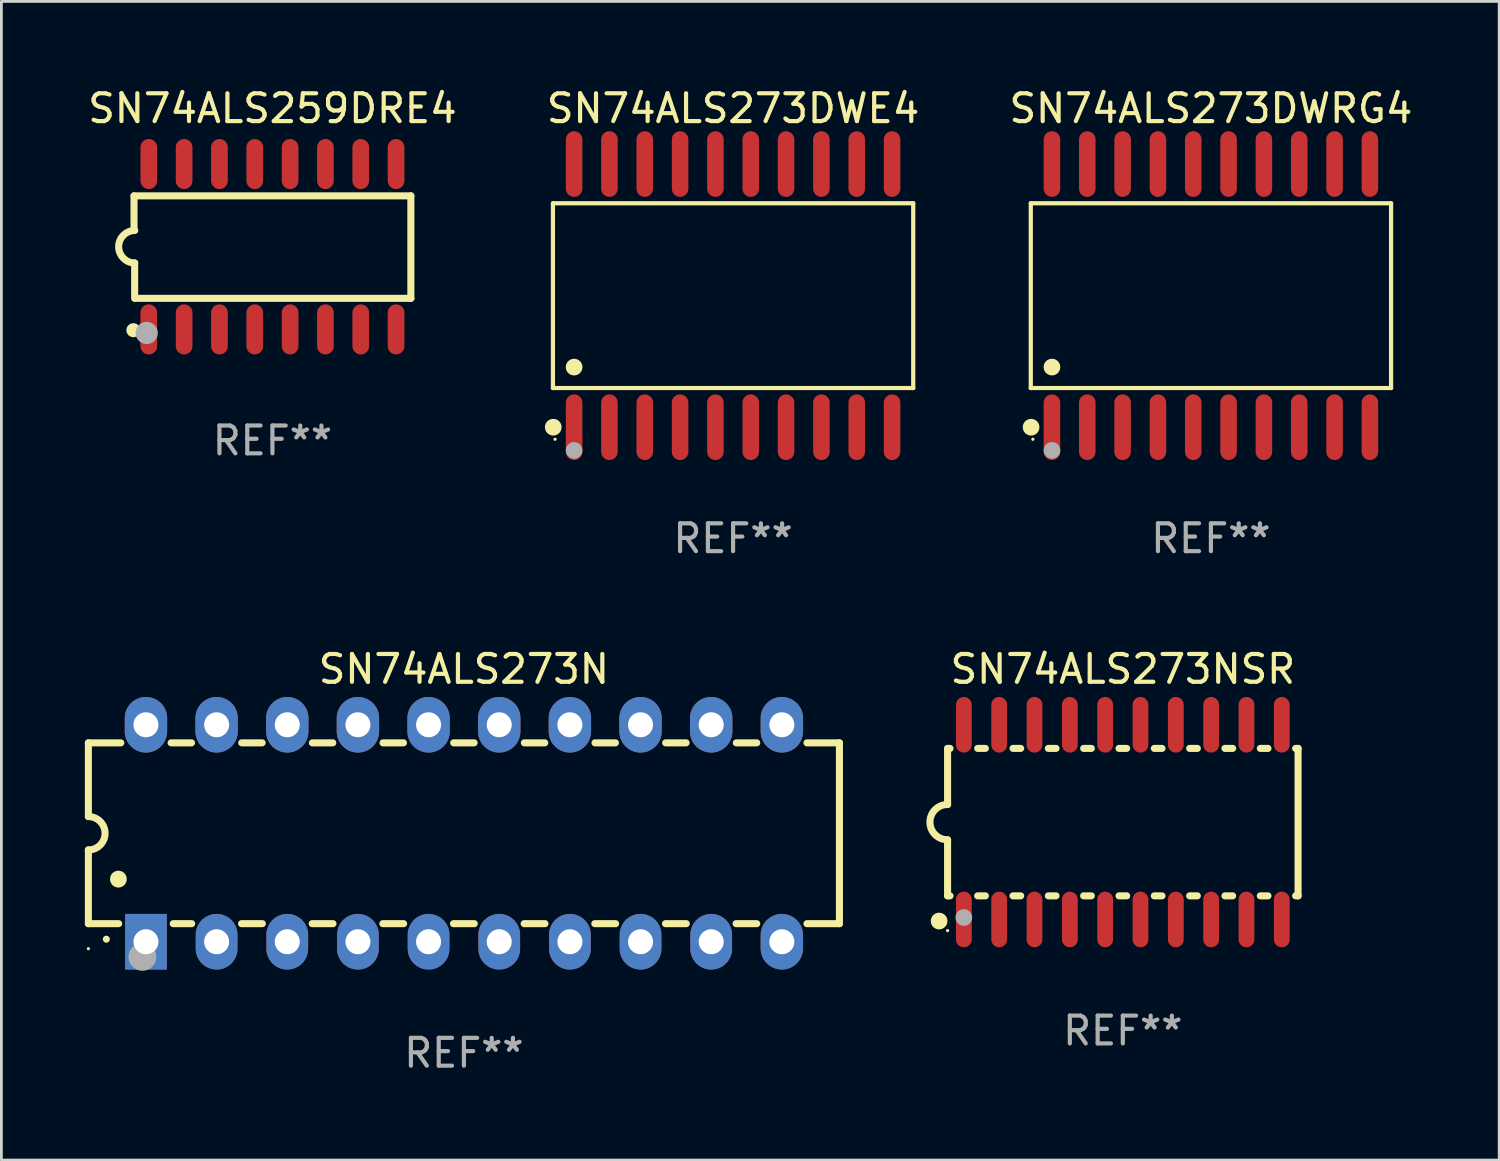
<source format=kicad_pcb>
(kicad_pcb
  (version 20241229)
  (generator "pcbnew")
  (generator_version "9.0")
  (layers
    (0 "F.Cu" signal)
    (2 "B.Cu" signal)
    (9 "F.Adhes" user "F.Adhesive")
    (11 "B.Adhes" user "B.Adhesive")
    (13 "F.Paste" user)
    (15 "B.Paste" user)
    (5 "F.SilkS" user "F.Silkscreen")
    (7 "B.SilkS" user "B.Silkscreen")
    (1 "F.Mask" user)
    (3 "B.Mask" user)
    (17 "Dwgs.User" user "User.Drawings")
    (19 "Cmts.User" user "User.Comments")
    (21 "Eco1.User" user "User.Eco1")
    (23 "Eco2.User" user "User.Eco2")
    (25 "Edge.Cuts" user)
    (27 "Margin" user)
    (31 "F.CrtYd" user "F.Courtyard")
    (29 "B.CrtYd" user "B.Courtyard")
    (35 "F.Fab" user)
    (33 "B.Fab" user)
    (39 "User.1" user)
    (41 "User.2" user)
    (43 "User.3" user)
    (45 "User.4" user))
  (footprint "SN74ALS273N"
    (layer "F.Cu")
    (at 13.627 26.905)
    (property "Reference" "SN74ALS273N" (at 0 -5.9 0) (layer "F.SilkS") (effects (font (size 1 1) (thickness 0.15))))
    (attr through_hole)
    (fp_line (start -13.5 -3.25) (end -12.333 -3.25) (stroke (width 0.254) (type solid)) (layer "F.SilkS"))
    (fp_line (start -13.5 -0.6) (end -13.5 -3.25) (stroke (width 0.254) (type solid)) (layer "F.SilkS"))
    (fp_line (start -13.5 3.25) (end -13.5 0.6) (stroke (width 0.254) (type solid)) (layer "F.SilkS"))
    (fp_line (start -13.5 3.25) (end -12.411 3.25) (stroke (width 0.254) (type solid)) (layer "F.SilkS"))
    (fp_line (start -10.527 -3.25) (end -9.793 -3.25) (stroke (width 0.254) (type solid)) (layer "F.SilkS"))
    (fp_line (start -10.449 3.25) (end -9.786 3.25) (stroke (width 0.254) (type solid)) (layer "F.SilkS"))
    (fp_line (start -7.994 3.25) (end -7.246 3.25) (stroke (width 0.254) (type solid)) (layer "F.SilkS"))
    (fp_line (start -7.987 -3.25) (end -7.253 -3.25) (stroke (width 0.254) (type solid)) (layer "F.SilkS"))
    (fp_line (start -5.454 3.25) (end -4.706 3.25) (stroke (width 0.254) (type solid)) (layer "F.SilkS"))
    (fp_line (start -5.447 -3.25) (end -4.713 -3.25) (stroke (width 0.254) (type solid)) (layer "F.SilkS"))
    (fp_line (start -2.914 3.25) (end -2.166 3.25) (stroke (width 0.254) (type solid)) (layer "F.SilkS"))
    (fp_line (start -2.907 -3.25) (end -2.173 -3.25) (stroke (width 0.254) (type solid)) (layer "F.SilkS"))
    (fp_line (start -0.374 3.25) (end 0.374 3.25) (stroke (width 0.254) (type solid)) (layer "F.SilkS"))
    (fp_line (start -0.367 -3.25) (end 0.367 -3.25) (stroke (width 0.254) (type solid)) (layer "F.SilkS"))
    (fp_line (start 2.166 3.25) (end 2.914 3.25) (stroke (width 0.254) (type solid)) (layer "F.SilkS"))
    (fp_line (start 2.173 -3.25) (end 2.907 -3.25) (stroke (width 0.254) (type solid)) (layer "F.SilkS"))
    (fp_line (start 4.706 3.25) (end 5.454 3.25) (stroke (width 0.254) (type solid)) (layer "F.SilkS"))
    (fp_line (start 4.713 -3.25) (end 5.447 -3.25) (stroke (width 0.254) (type solid)) (layer "F.SilkS"))
    (fp_line (start 7.246 3.25) (end 7.994 3.25) (stroke (width 0.254) (type solid)) (layer "F.SilkS"))
    (fp_line (start 7.253 -3.25) (end 7.987 -3.25) (stroke (width 0.254) (type solid)) (layer "F.SilkS"))
    (fp_line (start 9.786 3.25) (end 10.527 3.25) (stroke (width 0.254) (type solid)) (layer "F.SilkS"))
    (fp_line (start 9.793 -3.25) (end 10.527 -3.25) (stroke (width 0.254) (type solid)) (layer "F.SilkS"))
    (fp_line (start 12.333 -3.25) (end 13.5 -3.25) (stroke (width 0.254) (type solid)) (layer "F.SilkS"))
    (fp_line (start 12.333 3.25) (end 13.5 3.25) (stroke (width 0.254) (type solid)) (layer "F.SilkS"))
    (fp_line (start 13.5 -3.25) (end 13.5 3.25) (stroke (width 0.254) (type solid)) (layer "F.SilkS"))
    (fp_arc (start -13.500127 -0.599442) (mid -12.900406 0.000228) (end -13.500025 0.6) (stroke (width 0.254001) (type solid)) (layer "F.SilkS"))
    (fp_arc (start -12.854966 3.810008) (mid -12.854973 3.808738) (end -12.854966 3.807468) (stroke (width 0.25) (type solid)) (layer "F.SilkS"))
    (fp_arc (start -12.420625 1.651003) (mid -12.420636 1.648463) (end -12.420625 1.645923) (stroke (width 0.6) (type solid)) (layer "F.SilkS"))
    (fp_circle (center -13.5 4.15) (end -13.47 4.15) (stroke (width 0.06) (type solid)) (fill no) (layer "F.SilkS"))
    (fp_circle (center -11.557 4.445) (end -11.307 4.445) (stroke (width 0.5) (type solid)) (fill no) (layer "F.Fab"))
    (fp_text user "REF**" (at 0 7.9 0) (layer "F.Fab") (effects (font (size 1 1) (thickness 0.15))))
    (pad "1" thru_hole rect (at -11.43 3.9 90) (size 2 1.5) (drill 0.9) (layers "*.Cu" "*.Mask"))
    (pad "2" thru_hole oval (at -8.89 3.9 90) (size 2 1.5) (drill 0.9) (layers "*.Cu" "*.Mask"))
    (pad "3" thru_hole oval (at -6.35 3.9 90) (size 2 1.5) (drill 0.9) (layers "*.Cu" "*.Mask"))
    (pad "4" thru_hole oval (at -3.81 3.9 90) (size 2 1.5) (drill 0.9) (layers "*.Cu" "*.Mask"))
    (pad "5" thru_hole oval (at -1.27 3.9 90) (size 2 1.5) (drill 0.9) (layers "*.Cu" "*.Mask"))
    (pad "6" thru_hole oval (at 1.27 3.9 90) (size 2 1.5) (drill 0.9) (layers "*.Cu" "*.Mask"))
    (pad "7" thru_hole oval (at 3.81 3.9 90) (size 2 1.5) (drill 0.9) (layers "*.Cu" "*.Mask"))
    (pad "8" thru_hole oval (at 6.35 3.9 90) (size 2 1.5) (drill 0.9) (layers "*.Cu" "*.Mask"))
    (pad "9" thru_hole oval (at 8.89 3.9 90) (size 2 1.5) (drill 0.9) (layers "*.Cu" "*.Mask"))
    (pad "10" thru_hole oval (at 11.43 3.9 90) (size 2 1.524) (drill 0.9) (layers "*.Cu" "*.Mask"))
    (pad "11" thru_hole oval (at 11.43 -3.9 90) (size 2 1.524) (drill 0.9) (layers "*.Cu" "*.Mask"))
    (pad "12" thru_hole oval (at 8.89 -3.9 90) (size 2 1.524) (drill 0.9) (layers "*.Cu" "*.Mask"))
    (pad "13" thru_hole oval (at 6.35 -3.9 90) (size 2 1.524) (drill 0.9) (layers "*.Cu" "*.Mask"))
    (pad "14" thru_hole oval (at 3.81 -3.9 90) (size 2 1.524) (drill 0.9) (layers "*.Cu" "*.Mask"))
    (pad "15" thru_hole oval (at 1.27 -3.9 90) (size 2 1.524) (drill 0.9) (layers "*.Cu" "*.Mask"))
    (pad "16" thru_hole oval (at -1.27 -3.9 90) (size 2 1.524) (drill 0.9) (layers "*.Cu" "*.Mask"))
    (pad "17" thru_hole oval (at -3.81 -3.9 90) (size 2 1.524) (drill 0.9) (layers "*.Cu" "*.Mask"))
    (pad "18" thru_hole oval (at -6.35 -3.9 90) (size 2 1.524) (drill 0.9) (layers "*.Cu" "*.Mask"))
    (pad "19" thru_hole oval (at -8.89 -3.9 90) (size 2 1.524) (drill 0.9) (layers "*.Cu" "*.Mask"))
    (pad "20" thru_hole oval (at -11.43 -3.9 90) (size 2 1.524) (drill 0.9) (layers "*.Cu" "*.Mask")))
  (footprint "SN74ALS273DWRG4"
    (layer "F.Cu")
    (at 40.482 7.578)
    (property "Reference" "SN74ALS273DWRG4" (at 0 -6.73 0) (layer "F.SilkS") (effects (font (size 1 1) (thickness 0.15))))
    (attr through_hole)
    (fp_line (start -6.476 -3.321) (end 6.476 -3.321) (stroke (width 0.152) (type solid)) (layer "F.SilkS"))
    (fp_line (start -6.476 3.321) (end -6.476 -3.321) (stroke (width 0.152) (type solid)) (layer "F.SilkS"))
    (fp_line (start 6.476 -3.321) (end 6.476 3.321) (stroke (width 0.152) (type solid)) (layer "F.SilkS"))
    (fp_line (start 6.476 3.321) (end -6.476 3.321) (stroke (width 0.152) (type solid)) (layer "F.SilkS"))
    (fp_circle (center -6.465 4.73) (end -6.315 4.73) (stroke (width 0.3) (type solid)) (fill no) (layer "F.SilkS"))
    (fp_circle (center -6.4 5.163) (end -6.37 5.163) (stroke (width 0.06) (type solid)) (fill no) (layer "F.SilkS"))
    (fp_circle (center -5.715 2.569) (end -5.565 2.569) (stroke (width 0.3) (type solid)) (fill no) (layer "F.SilkS"))
    (fp_circle (center -5.715 5.563) (end -5.565 5.563) (stroke (width 0.3) (type solid)) (fill no) (layer "F.Fab"))
    (fp_text user "REF**" (at 0 8.73 0) (layer "F.Fab") (effects (font (size 1 1) (thickness 0.15))))
    (pad "1" smd oval (at -5.715 4.73) (size 0.595 2.36) (layers "F.Cu" "F.Mask" "F.Paste"))
    (pad "2" smd oval (at -4.445 4.73) (size 0.595 2.36) (layers "F.Cu" "F.Mask" "F.Paste"))
    (pad "3" smd oval (at -3.175 4.73) (size 0.595 2.36) (layers "F.Cu" "F.Mask" "F.Paste"))
    (pad "4" smd oval (at -1.905 4.73) (size 0.595 2.36) (layers "F.Cu" "F.Mask" "F.Paste"))
    (pad "5" smd oval (at -0.635 4.73) (size 0.595 2.36) (layers "F.Cu" "F.Mask" "F.Paste"))
    (pad "6" smd oval (at 0.635 4.73) (size 0.595 2.36) (layers "F.Cu" "F.Mask" "F.Paste"))
    (pad "7" smd oval (at 1.905 4.73) (size 0.595 2.36) (layers "F.Cu" "F.Mask" "F.Paste"))
    (pad "8" smd oval (at 3.175 4.73) (size 0.595 2.36) (layers "F.Cu" "F.Mask" "F.Paste"))
    (pad "9" smd oval (at 4.445 4.73) (size 0.595 2.36) (layers "F.Cu" "F.Mask" "F.Paste"))
    (pad "10" smd oval (at 5.715 4.73) (size 0.595 2.36) (layers "F.Cu" "F.Mask" "F.Paste"))
    (pad "11" smd oval (at 5.715 -4.73) (size 0.595 2.36) (layers "F.Cu" "F.Mask" "F.Paste"))
    (pad "12" smd oval (at 4.445 -4.73) (size 0.595 2.36) (layers "F.Cu" "F.Mask" "F.Paste"))
    (pad "13" smd oval (at 3.175 -4.73) (size 0.595 2.36) (layers "F.Cu" "F.Mask" "F.Paste"))
    (pad "14" smd oval (at 1.905 -4.73) (size 0.595 2.36) (layers "F.Cu" "F.Mask" "F.Paste"))
    (pad "15" smd oval (at 0.635 -4.73) (size 0.595 2.36) (layers "F.Cu" "F.Mask" "F.Paste"))
    (pad "16" smd oval (at -0.635 -4.73) (size 0.595 2.36) (layers "F.Cu" "F.Mask" "F.Paste"))
    (pad "17" smd oval (at -1.905 -4.73) (size 0.595 2.36) (layers "F.Cu" "F.Mask" "F.Paste"))
    (pad "18" smd oval (at -3.175 -4.73) (size 0.595 2.36) (layers "F.Cu" "F.Mask" "F.Paste"))
    (pad "19" smd oval (at -4.445 -4.73) (size 0.595 2.36) (layers "F.Cu" "F.Mask" "F.Paste"))
    (pad "20" smd oval (at -5.715 -4.73) (size 0.595 2.36) (layers "F.Cu" "F.Mask" "F.Paste")))
  (footprint "SN74ALS259DRE4"
    (layer "F.Cu")
    (at 6.744 5.82)
    (property "Reference" "SN74ALS259DRE4" (at 0 -4.972 0) (layer "F.SilkS") (effects (font (size 1 1) (thickness 0.15))))
    (attr through_hole)
    (fp_line (start -4.976 -1.829) (end -4.976 -0.584) (stroke (width 0.254) (type solid)) (layer "F.SilkS"))
    (fp_line (start -4.953 0.584) (end -4.953 1.854) (stroke (width 0.254) (type solid)) (layer "F.SilkS"))
    (fp_line (start -4.928 1.854) (end 4.976 1.854) (stroke (width 0.254) (type solid)) (layer "F.SilkS"))
    (fp_line (start 4.976 -1.829) (end -4.976 -1.829) (stroke (width 0.254) (type solid)) (layer "F.SilkS"))
    (fp_line (start 4.976 1.854) (end 4.976 -1.829) (stroke (width 0.254) (type solid)) (layer "F.SilkS"))
    (fp_arc (start -4.95301 0.584201) (mid -5.533866 -0.00152) (end -4.950088 -0.584329) (stroke (width 0.254001) (type solid)) (layer "F.SilkS"))
    (fp_circle (center -5 3) (end -4.873 3) (stroke (width 0.254) (type solid)) (fill no) (layer "F.SilkS"))
    (fp_circle (center -4.521 3.099) (end -4.321 3.099) (stroke (width 0.4) (type solid)) (fill no) (layer "F.Fab"))
    (fp_text user "REF**" (at 0 6.972 0) (layer "F.Fab") (effects (font (size 1 1) (thickness 0.15))))
    (pad "1" smd oval (at -4.445 2.972 180) (size 0.6 1.8) (layers "F.Cu" "F.Mask" "F.Paste"))
    (pad "2" smd oval (at -3.175 2.972 180) (size 0.6 1.8) (layers "F.Cu" "F.Mask" "F.Paste"))
    (pad "3" smd oval (at -1.905 2.972 180) (size 0.6 1.8) (layers "F.Cu" "F.Mask" "F.Paste"))
    (pad "4" smd oval (at -0.635 2.972 180) (size 0.6 1.8) (layers "F.Cu" "F.Mask" "F.Paste"))
    (pad "5" smd oval (at 0.635 2.972 180) (size 0.6 1.8) (layers "F.Cu" "F.Mask" "F.Paste"))
    (pad "6" smd oval (at 1.905 2.972 180) (size 0.6 1.8) (layers "F.Cu" "F.Mask" "F.Paste"))
    (pad "7" smd oval (at 3.175 2.972 180) (size 0.6 1.8) (layers "F.Cu" "F.Mask" "F.Paste"))
    (pad "8" smd oval (at 4.445 2.972 180) (size 0.6 1.8) (layers "F.Cu" "F.Mask" "F.Paste"))
    (pad "9" smd oval (at 4.445 -2.972 180) (size 0.6 1.8) (layers "F.Cu" "F.Mask" "F.Paste"))
    (pad "10" smd oval (at 3.175 -2.972 180) (size 0.6 1.8) (layers "F.Cu" "F.Mask" "F.Paste"))
    (pad "11" smd oval (at 1.905 -2.972 180) (size 0.6 1.8) (layers "F.Cu" "F.Mask" "F.Paste"))
    (pad "12" smd oval (at 0.635 -2.972 180) (size 0.6 1.8) (layers "F.Cu" "F.Mask" "F.Paste"))
    (pad "13" smd oval (at -0.635 -2.972 180) (size 0.6 1.8) (layers "F.Cu" "F.Mask" "F.Paste"))
    (pad "14" smd oval (at -1.905 -2.972 180) (size 0.6 1.8) (layers "F.Cu" "F.Mask" "F.Paste"))
    (pad "15" smd oval (at -3.175 -2.972 180) (size 0.6 1.8) (layers "F.Cu" "F.Mask" "F.Paste"))
    (pad "16" smd oval (at -4.445 -2.972 180) (size 0.6 1.8) (layers "F.Cu" "F.Mask" "F.Paste")))
  (footprint "SN74ALS273NSR"
    (layer "F.Cu")
    (at 37.315 26.505)
    (property "Reference" "SN74ALS273NSR" (at 0 -5.5 0) (layer "F.SilkS") (effects (font (size 1 1) (thickness 0.15))))
    (attr through_hole)
    (fp_line (start -6.3 -2.65) (end -6.3 -0.635) (stroke (width 0.254) (type solid)) (layer "F.SilkS"))
    (fp_line (start -6.3 -2.65) (end -6.212 -2.65) (stroke (width 0.254) (type solid)) (layer "F.SilkS"))
    (fp_line (start -6.3 2.65) (end -6.3 0.635) (stroke (width 0.254) (type solid)) (layer "F.SilkS"))
    (fp_line (start -6.3 2.65) (end -6.212 2.65) (stroke (width 0.254) (type solid)) (layer "F.SilkS"))
    (fp_line (start -5.218 -2.65) (end -4.942 -2.65) (stroke (width 0.254) (type solid)) (layer "F.SilkS"))
    (fp_line (start -5.218 2.65) (end -4.942 2.65) (stroke (width 0.254) (type solid)) (layer "F.SilkS"))
    (fp_line (start -3.948 -2.65) (end -3.672 -2.65) (stroke (width 0.254) (type solid)) (layer "F.SilkS"))
    (fp_line (start -3.948 2.65) (end -3.672 2.65) (stroke (width 0.254) (type solid)) (layer "F.SilkS"))
    (fp_line (start -2.678 -2.65) (end -2.402 -2.65) (stroke (width 0.254) (type solid)) (layer "F.SilkS"))
    (fp_line (start -2.678 2.65) (end -2.402 2.65) (stroke (width 0.254) (type solid)) (layer "F.SilkS"))
    (fp_line (start -1.408 -2.65) (end -1.132 -2.65) (stroke (width 0.254) (type solid)) (layer "F.SilkS"))
    (fp_line (start -1.408 2.65) (end -1.132 2.65) (stroke (width 0.254) (type solid)) (layer "F.SilkS"))
    (fp_line (start -0.138 -2.65) (end 0.138 -2.65) (stroke (width 0.254) (type solid)) (layer "F.SilkS"))
    (fp_line (start -0.138 2.65) (end 0.138 2.65) (stroke (width 0.254) (type solid)) (layer "F.SilkS"))
    (fp_line (start 1.132 -2.65) (end 1.408 -2.65) (stroke (width 0.254) (type solid)) (layer "F.SilkS"))
    (fp_line (start 1.132 2.65) (end 1.408 2.65) (stroke (width 0.254) (type solid)) (layer "F.SilkS"))
    (fp_line (start 2.402 -2.65) (end 2.678 -2.65) (stroke (width 0.254) (type solid)) (layer "F.SilkS"))
    (fp_line (start 2.402 2.65) (end 2.678 2.65) (stroke (width 0.254) (type solid)) (layer "F.SilkS"))
    (fp_line (start 3.672 -2.65) (end 3.948 -2.65) (stroke (width 0.254) (type solid)) (layer "F.SilkS"))
    (fp_line (start 3.672 2.65) (end 3.948 2.65) (stroke (width 0.254) (type solid)) (layer "F.SilkS"))
    (fp_line (start 4.942 -2.65) (end 5.218 -2.65) (stroke (width 0.254) (type solid)) (layer "F.SilkS"))
    (fp_line (start 4.942 2.65) (end 5.218 2.65) (stroke (width 0.254) (type solid)) (layer "F.SilkS"))
    (fp_line (start 6.212 -2.65) (end 6.3 -2.65) (stroke (width 0.254) (type solid)) (layer "F.SilkS"))
    (fp_line (start 6.212 2.65) (end 6.3 2.65) (stroke (width 0.254) (type solid)) (layer "F.SilkS"))
    (fp_line (start 6.3 -2.65) (end 6.3 2.65) (stroke (width 0.254) (type solid)) (layer "F.SilkS"))
    (fp_arc (start -6.299975 0.634874) (mid -6.933579 0.000127) (end -6.299213 -0.633858) (stroke (width 0.254001) (type solid)) (layer "F.SilkS"))
    (fp_circle (center -6.604 3.556) (end -6.454 3.556) (stroke (width 0.3) (type solid)) (fill no) (layer "F.SilkS"))
    (fp_circle (center -6.3 3.9) (end -6.27 3.9) (stroke (width 0.06) (type solid)) (fill no) (layer "F.SilkS"))
    (fp_circle (center -5.715 3.429) (end -5.565 3.429) (stroke (width 0.3) (type solid)) (fill no) (layer "F.Fab"))
    (fp_text user "REF**" (at 0 7.5 0) (layer "F.Fab") (effects (font (size 1 1) (thickness 0.15))))
    (pad "1" smd oval (at -5.715 3.5) (size 0.568 2) (layers "F.Cu" "F.Mask" "F.Paste"))
    (pad "2" smd oval (at -4.445 3.5) (size 0.568 2) (layers "F.Cu" "F.Mask" "F.Paste"))
    (pad "3" smd oval (at -3.175 3.5) (size 0.568 2) (layers "F.Cu" "F.Mask" "F.Paste"))
    (pad "4" smd oval (at -1.905 3.5) (size 0.568 2) (layers "F.Cu" "F.Mask" "F.Paste"))
    (pad "5" smd oval (at -0.635 3.5) (size 0.568 2) (layers "F.Cu" "F.Mask" "F.Paste"))
    (pad "6" smd oval (at 0.635 3.5) (size 0.568 2) (layers "F.Cu" "F.Mask" "F.Paste"))
    (pad "7" smd oval (at 1.905 3.5) (size 0.568 2) (layers "F.Cu" "F.Mask" "F.Paste"))
    (pad "8" smd oval (at 3.175 3.5) (size 0.568 2) (layers "F.Cu" "F.Mask" "F.Paste"))
    (pad "9" smd oval (at 4.445 3.5) (size 0.568 2) (layers "F.Cu" "F.Mask" "F.Paste"))
    (pad "10" smd oval (at 5.715 3.5) (size 0.568 2) (layers "F.Cu" "F.Mask" "F.Paste"))
    (pad "11" smd oval (at 5.715 -3.5) (size 0.568 2) (layers "F.Cu" "F.Mask" "F.Paste"))
    (pad "12" smd oval (at 4.445 -3.5) (size 0.568 2) (layers "F.Cu" "F.Mask" "F.Paste"))
    (pad "13" smd oval (at 3.175 -3.5) (size 0.568 2) (layers "F.Cu" "F.Mask" "F.Paste"))
    (pad "14" smd oval (at 1.905 -3.5) (size 0.568 2) (layers "F.Cu" "F.Mask" "F.Paste"))
    (pad "15" smd oval (at 0.635 -3.5) (size 0.568 2) (layers "F.Cu" "F.Mask" "F.Paste"))
    (pad "16" smd oval (at -0.635 -3.5) (size 0.568 2) (layers "F.Cu" "F.Mask" "F.Paste"))
    (pad "17" smd oval (at -1.905 -3.5) (size 0.568 2) (layers "F.Cu" "F.Mask" "F.Paste"))
    (pad "18" smd oval (at -3.175 -3.5) (size 0.568 2) (layers "F.Cu" "F.Mask" "F.Paste"))
    (pad "19" smd oval (at -4.445 -3.5) (size 0.568 2) (layers "F.Cu" "F.Mask" "F.Paste"))
    (pad "20" smd oval (at -5.715 -3.5) (size 0.568 2) (layers "F.Cu" "F.Mask" "F.Paste")))
  (footprint "SN74ALS273DWE4"
    (layer "F.Cu")
    (at 23.304 7.578)
    (property "Reference" "SN74ALS273DWE4" (at 0 -6.73 0) (layer "F.SilkS") (effects (font (size 1 1) (thickness 0.15))))
    (attr through_hole)
    (fp_line (start -6.476 -3.321) (end 6.476 -3.321) (stroke (width 0.152) (type solid)) (layer "F.SilkS"))
    (fp_line (start -6.476 3.321) (end -6.476 -3.321) (stroke (width 0.152) (type solid)) (layer "F.SilkS"))
    (fp_line (start 6.476 -3.321) (end 6.476 3.321) (stroke (width 0.152) (type solid)) (layer "F.SilkS"))
    (fp_line (start 6.476 3.321) (end -6.476 3.321) (stroke (width 0.152) (type solid)) (layer "F.SilkS"))
    (fp_circle (center -6.465 4.73) (end -6.315 4.73) (stroke (width 0.3) (type solid)) (fill no) (layer "F.SilkS"))
    (fp_circle (center -6.4 5.163) (end -6.37 5.163) (stroke (width 0.06) (type solid)) (fill no) (layer "F.SilkS"))
    (fp_circle (center -5.715 2.569) (end -5.565 2.569) (stroke (width 0.3) (type solid)) (fill no) (layer "F.SilkS"))
    (fp_circle (center -5.715 5.563) (end -5.565 5.563) (stroke (width 0.3) (type solid)) (fill no) (layer "F.Fab"))
    (fp_text user "REF**" (at 0 8.73 0) (layer "F.Fab") (effects (font (size 1 1) (thickness 0.15))))
    (pad "1" smd oval (at -5.715 4.73) (size 0.595 2.36) (layers "F.Cu" "F.Mask" "F.Paste"))
    (pad "2" smd oval (at -4.445 4.73) (size 0.595 2.36) (layers "F.Cu" "F.Mask" "F.Paste"))
    (pad "3" smd oval (at -3.175 4.73) (size 0.595 2.36) (layers "F.Cu" "F.Mask" "F.Paste"))
    (pad "4" smd oval (at -1.905 4.73) (size 0.595 2.36) (layers "F.Cu" "F.Mask" "F.Paste"))
    (pad "5" smd oval (at -0.635 4.73) (size 0.595 2.36) (layers "F.Cu" "F.Mask" "F.Paste"))
    (pad "6" smd oval (at 0.635 4.73) (size 0.595 2.36) (layers "F.Cu" "F.Mask" "F.Paste"))
    (pad "7" smd oval (at 1.905 4.73) (size 0.595 2.36) (layers "F.Cu" "F.Mask" "F.Paste"))
    (pad "8" smd oval (at 3.175 4.73) (size 0.595 2.36) (layers "F.Cu" "F.Mask" "F.Paste"))
    (pad "9" smd oval (at 4.445 4.73) (size 0.595 2.36) (layers "F.Cu" "F.Mask" "F.Paste"))
    (pad "10" smd oval (at 5.715 4.73) (size 0.595 2.36) (layers "F.Cu" "F.Mask" "F.Paste"))
    (pad "11" smd oval (at 5.715 -4.73) (size 0.595 2.36) (layers "F.Cu" "F.Mask" "F.Paste"))
    (pad "12" smd oval (at 4.445 -4.73) (size 0.595 2.36) (layers "F.Cu" "F.Mask" "F.Paste"))
    (pad "13" smd oval (at 3.175 -4.73) (size 0.595 2.36) (layers "F.Cu" "F.Mask" "F.Paste"))
    (pad "14" smd oval (at 1.905 -4.73) (size 0.595 2.36) (layers "F.Cu" "F.Mask" "F.Paste"))
    (pad "15" smd oval (at 0.635 -4.73) (size 0.595 2.36) (layers "F.Cu" "F.Mask" "F.Paste"))
    (pad "16" smd oval (at -0.635 -4.73) (size 0.595 2.36) (layers "F.Cu" "F.Mask" "F.Paste"))
    (pad "17" smd oval (at -1.905 -4.73) (size 0.595 2.36) (layers "F.Cu" "F.Mask" "F.Paste"))
    (pad "18" smd oval (at -3.175 -4.73) (size 0.595 2.36) (layers "F.Cu" "F.Mask" "F.Paste"))
    (pad "19" smd oval (at -4.445 -4.73) (size 0.595 2.36) (layers "F.Cu" "F.Mask" "F.Paste"))
    (pad "20" smd oval (at -5.715 -4.73) (size 0.595 2.36) (layers "F.Cu" "F.Mask" "F.Paste")))
  (gr_rect
    (start -3 -3)
    (end 50.845 38.653)
    (stroke (width 0.1) (type default))
    (fill no)
    (layer "Edge.Cuts")))
</source>
